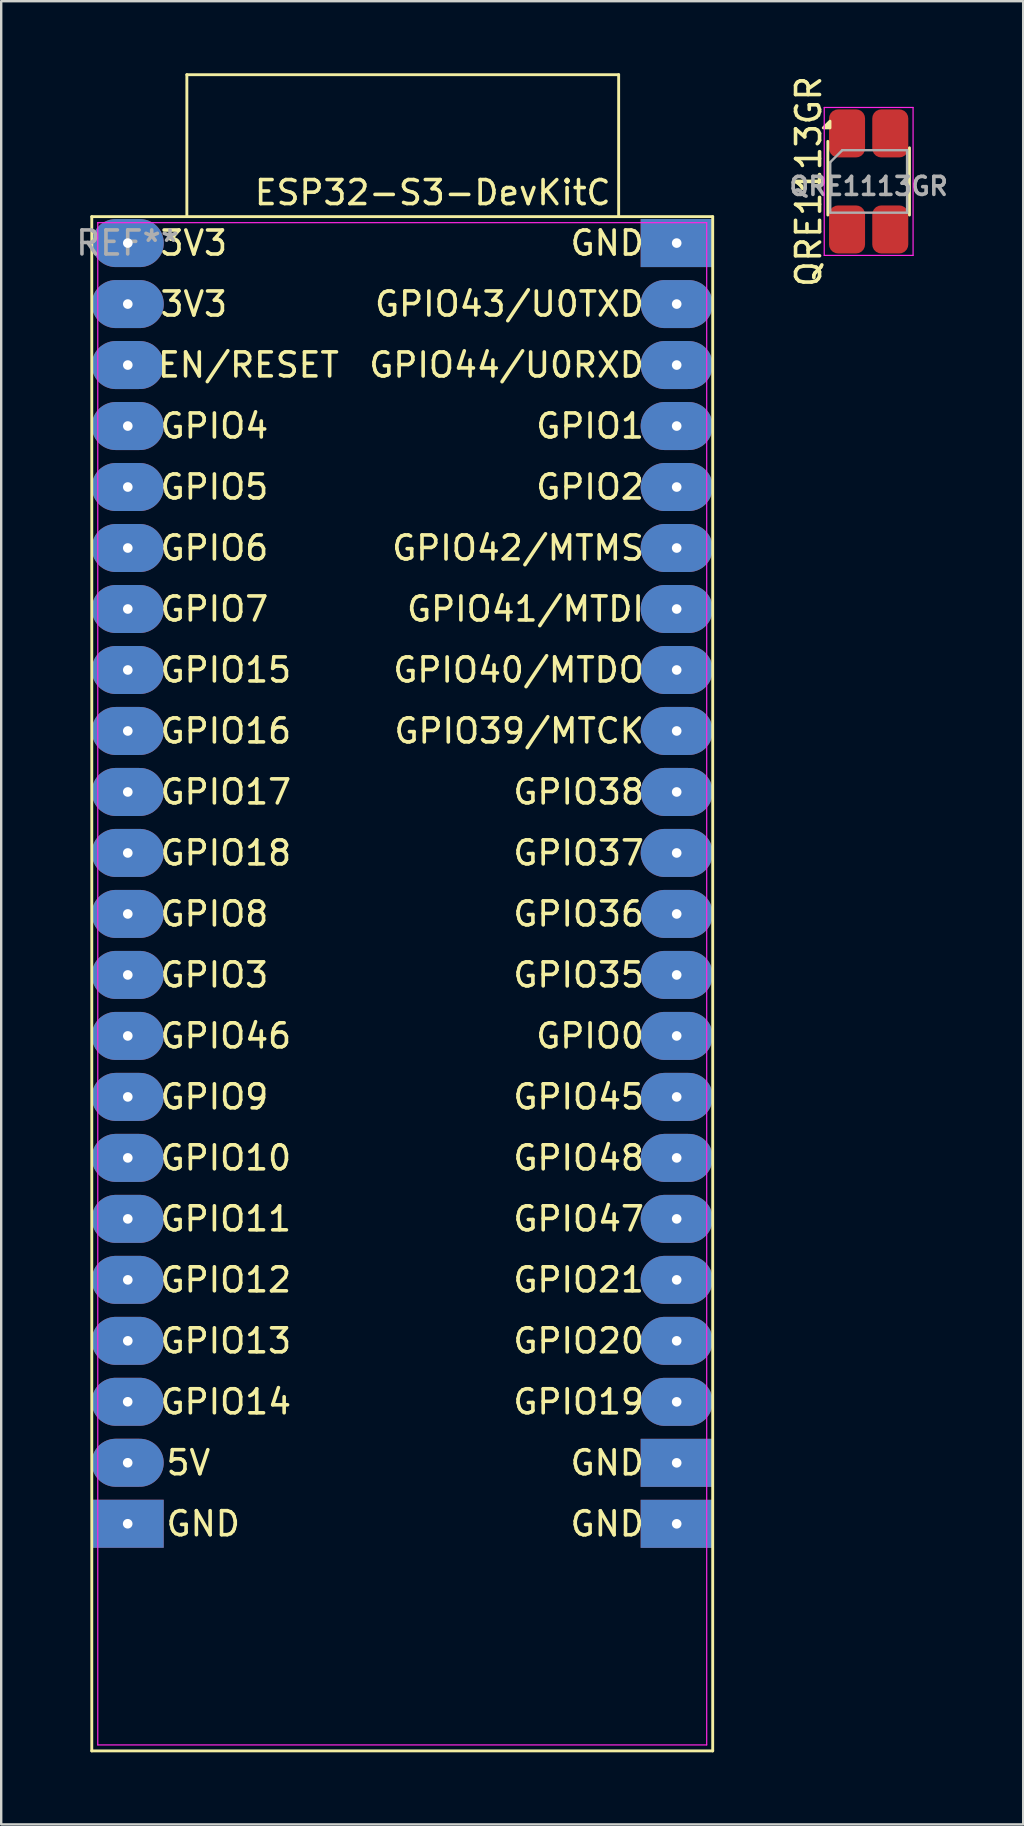
<source format=kicad_pcb>
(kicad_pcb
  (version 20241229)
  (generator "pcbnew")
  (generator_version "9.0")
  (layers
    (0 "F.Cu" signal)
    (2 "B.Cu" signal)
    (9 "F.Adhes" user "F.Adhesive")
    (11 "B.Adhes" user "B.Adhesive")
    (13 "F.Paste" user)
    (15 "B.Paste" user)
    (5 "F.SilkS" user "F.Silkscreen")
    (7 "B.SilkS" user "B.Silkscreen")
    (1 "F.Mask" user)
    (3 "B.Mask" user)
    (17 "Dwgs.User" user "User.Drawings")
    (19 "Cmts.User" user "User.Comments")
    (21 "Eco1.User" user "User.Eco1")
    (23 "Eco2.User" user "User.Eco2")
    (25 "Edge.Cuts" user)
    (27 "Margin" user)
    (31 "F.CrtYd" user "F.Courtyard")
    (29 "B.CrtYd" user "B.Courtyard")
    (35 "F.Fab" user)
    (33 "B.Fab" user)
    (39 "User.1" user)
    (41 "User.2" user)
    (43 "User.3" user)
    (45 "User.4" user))
  (footprint "ESP32-S3-DevKitC"
    (layer "F.Cu")
    (at 2.272 7.073)
    (property "Reference" "ESP32-S3-DevKitC" (at 12.7 -2.1 0) (layer "F.SilkS") (effects (font (size 1 1) (thickness 0.15))))
    (attr through_hole)
    (fp_line (start -1.5 62.797) (end 24.36 62.797) (stroke (width 0.12) (type solid)) (layer "F.SilkS"))
    (fp_line (start -1.5 -1.1) (end -1.5 62.797) (stroke (width 0.12) (type solid)) (layer "F.SilkS"))
    (fp_line (start 2.46 -7.013) (end 20.443 -7.013) (stroke (width 0.12) (type solid)) (layer "F.SilkS"))
    (fp_line (start 2.46 -1.12) (end 2.46 -7.013) (stroke (width 0.12) (type solid)) (layer "F.SilkS"))
    (fp_line (start 20.443 -7.013) (end 20.443 -1.12) (stroke (width 0.12) (type solid)) (layer "F.SilkS"))
    (fp_line (start 24.36 62.797) (end 24.36 -1.1) (stroke (width 0.12) (type solid)) (layer "F.SilkS"))
    (fp_line (start 24.36 -1.1) (end -1.5 -1.1) (stroke (width 0.12) (type solid)) (layer "F.SilkS"))
    (fp_line (start -1.25 -0.85) (end 24.11 -0.85) (stroke (width 0.05) (type solid)) (layer "F.CrtYd"))
    (fp_line (start -1.25 62.547) (end -1.25 -0.85) (stroke (width 0.05) (type solid)) (layer "F.CrtYd"))
    (fp_line (start 24.11 -0.85) (end 24.11 62.547) (stroke (width 0.05) (type solid)) (layer "F.CrtYd"))
    (fp_line (start 24.11 62.547) (end -1.25 62.547) (stroke (width 0.05) (type solid)) (layer "F.CrtYd"))
    (fp_text user "GPIO36" (at 21.59 27.94 0) (unlocked yes) (layer "F.SilkS") (effects (font (size 1 1) (thickness 0.15)) (justify right)))
    (fp_text user "GND" (at 21.59 53.34 0) (unlocked yes) (layer "F.SilkS") (effects (font (size 1 1) (thickness 0.15)) (justify right)))
    (fp_text user "GPIO1" (at 21.59 7.62 0) (unlocked yes) (layer "F.SilkS") (effects (font (size 1 1) (thickness 0.15)) (justify right)))
    (fp_text user "GPIO38" (at 21.59 22.86 0) (unlocked yes) (layer "F.SilkS") (effects (font (size 1 1) (thickness 0.15)) (justify right)))
    (fp_text user "GPIO47" (at 21.59 40.64 0) (unlocked yes) (layer "F.SilkS") (effects (font (size 1 1) (thickness 0.15)) (justify right)))
    (fp_text user "GND" (at 21.59 0 0) (unlocked yes) (layer "F.SilkS") (effects (font (size 1 1) (thickness 0.15)) (justify right)))
    (fp_text user "GPIO46" (at 1.27 33.02 0) (unlocked yes) (layer "F.SilkS") (effects (font (size 1 1) (thickness 0.15)) (justify left)))
    (fp_text user "GPIO43/U0TXD" (at 21.59 2.54 0) (unlocked yes) (layer "F.SilkS") (effects (font (size 1 1) (thickness 0.15)) (justify right)))
    (fp_text user "GPIO11" (at 1.27 40.64 0) (unlocked yes) (layer "F.SilkS") (effects (font (size 1 1) (thickness 0.15)) (justify left)))
    (fp_text user "GPIO44/U0RXD" (at 21.59 5.08 0) (unlocked yes) (layer "F.SilkS") (effects (font (size 1 1) (thickness 0.15)) (justify right)))
    (fp_text user "EN/RESET" (at 8.886 5.077 0) (unlocked yes) (layer "F.SilkS") (effects (font (size 1 1) (thickness 0.15)) (justify right)))
    (fp_text user "GPIO10" (at 1.27 38.1 0) (unlocked yes) (layer "F.SilkS") (effects (font (size 1 1) (thickness 0.15)) (justify left)))
    (fp_text user "GPIO14" (at 1.27 48.26 0) (unlocked yes) (layer "F.SilkS") (effects (font (size 1 1) (thickness 0.15)) (justify left)))
    (fp_text user "GPIO8" (at 1.27 27.94 0) (unlocked yes) (layer "F.SilkS") (effects (font (size 1 1) (thickness 0.15)) (justify left)))
    (fp_text user "GPIO19" (at 21.59 48.26 0) (unlocked yes) (layer "F.SilkS") (effects (font (size 1 1) (thickness 0.15)) (justify right)))
    (fp_text user "GPIO21" (at 21.59 43.18 0) (unlocked yes) (layer "F.SilkS") (effects (font (size 1 1) (thickness 0.15)) (justify right)))
    (fp_text user "GPIO0" (at 21.59 33.02 0) (unlocked yes) (layer "F.SilkS") (effects (font (size 1 1) (thickness 0.15)) (justify right)))
    (fp_text user "GND" (at 1.52 53.337 0) (unlocked yes) (layer "F.SilkS") (effects (font (size 1 1) (thickness 0.15)) (justify left)))
    (fp_text user "5V" (at 1.52 50.797 0) (unlocked yes) (layer "F.SilkS") (effects (font (size 1 1) (thickness 0.15)) (justify left)))
    (fp_text user "GPIO15" (at 1.27 17.78 0) (unlocked yes) (layer "F.SilkS") (effects (font (size 1 1) (thickness 0.15)) (justify left)))
    (fp_text user "GPIO42/MTMS" (at 21.59 12.7 0) (unlocked yes) (layer "F.SilkS") (effects (font (size 1 1) (thickness 0.15)) (justify right)))
    (fp_text user "GPIO16" (at 1.27 20.32 0) (unlocked yes) (layer "F.SilkS") (effects (font (size 1 1) (thickness 0.15)) (justify left)))
    (fp_text user "GPIO37" (at 21.59 25.4 0) (unlocked yes) (layer "F.SilkS") (effects (font (size 1 1) (thickness 0.15)) (justify right)))
    (fp_text user "GPIO20" (at 21.59 45.72 0) (unlocked yes) (layer "F.SilkS") (effects (font (size 1 1) (thickness 0.15)) (justify right)))
    (fp_text user "GPIO7" (at 1.27 15.24 0) (unlocked yes) (layer "F.SilkS") (effects (font (size 1 1) (thickness 0.15)) (justify left)))
    (fp_text user "3V3" (at 1.27 0 0) (unlocked yes) (layer "F.SilkS") (effects (font (size 1 1) (thickness 0.15)) (justify left)))
    (fp_text user "GPIO9" (at 1.27 35.56 0) (unlocked yes) (layer "F.SilkS") (effects (font (size 1 1) (thickness 0.15)) (justify left)))
    (fp_text user "GPIO35" (at 21.59 30.48 0) (unlocked yes) (layer "F.SilkS") (effects (font (size 1 1) (thickness 0.15)) (justify right)))
    (fp_text user "GPIO6" (at 1.27 12.7 0) (unlocked yes) (layer "F.SilkS") (effects (font (size 1 1) (thickness 0.15)) (justify left)))
    (fp_text user "GPIO18" (at 1.27 25.4 0) (unlocked yes) (layer "F.SilkS") (effects (font (size 1 1) (thickness 0.15)) (justify left)))
    (fp_text user "GPIO41/MTDI" (at 21.59 15.24 0) (unlocked yes) (layer "F.SilkS") (effects (font (size 1 1) (thickness 0.15)) (justify right)))
    (fp_text user "GND" (at 21.59 50.8 0) (unlocked yes) (layer "F.SilkS") (effects (font (size 1 1) (thickness 0.15)) (justify right)))
    (fp_text user "GPIO13" (at 1.27 45.72 0) (unlocked yes) (layer "F.SilkS") (effects (font (size 1 1) (thickness 0.15)) (justify left)))
    (fp_text user "GPIO3" (at 1.27 30.48 0) (unlocked yes) (layer "F.SilkS") (effects (font (size 1 1) (thickness 0.15)) (justify left)))
    (fp_text user "GPIO12" (at 1.27 43.18 0) (unlocked yes) (layer "F.SilkS") (effects (font (size 1 1) (thickness 0.15)) (justify left)))
    (fp_text user "GPIO48" (at 21.59 38.1 0) (unlocked yes) (layer "F.SilkS") (effects (font (size 1 1) (thickness 0.15)) (justify right)))
    (fp_text user "GPIO2" (at 21.59 10.16 0) (unlocked yes) (layer "F.SilkS") (effects (font (size 1 1) (thickness 0.15)) (justify right)))
    (fp_text user "GPIO17" (at 1.27 22.86 0) (unlocked yes) (layer "F.SilkS") (effects (font (size 1 1) (thickness 0.15)) (justify left)))
    (fp_text user "GPIO39/MTCK" (at 21.59 20.32 0) (unlocked yes) (layer "F.SilkS") (effects (font (size 1 1) (thickness 0.15)) (justify right)))
    (fp_text user "3V3" (at 1.27 2.54 0) (unlocked yes) (layer "F.SilkS") (effects (font (size 1 1) (thickness 0.15)) (justify left)))
    (fp_text user "GPIO40/MTDO" (at 21.59 17.78 0) (unlocked yes) (layer "F.SilkS") (effects (font (size 1 1) (thickness 0.15)) (justify right)))
    (fp_text user "GPIO4" (at 1.27 7.62 0) (unlocked yes) (layer "F.SilkS") (effects (font (size 1 1) (thickness 0.15)) (justify left)))
    (fp_text user "GPIO5" (at 1.27 10.16 0) (unlocked yes) (layer "F.SilkS") (effects (font (size 1 1) (thickness 0.15)) (justify left)))
    (fp_text user "GPIO45" (at 21.59 35.56 0) (unlocked yes) (layer "F.SilkS") (effects (font (size 1 1) (thickness 0.15)) (justify right)))
    (fp_text user "REF**" (at -0.004 -0.003 0) (layer "F.Fab") (effects (font (size 1 1) (thickness 0.15))))
    (pad "1" thru_hole oval (at 0 0 270) (size 2 3) (drill 0.4) (layers "*.Cu" "*.Mask"))
    (pad "2" thru_hole oval (at 0 2.54 270) (size 2 3) (drill 0.4) (layers "*.Cu" "*.Mask"))
    (pad "3" thru_hole oval (at 0 5.08 270) (size 2 3) (drill 0.4) (layers "*.Cu" "*.Mask"))
    (pad "4" thru_hole oval (at 0 7.62 270) (size 2 3) (drill 0.4) (layers "*.Cu" "*.Mask"))
    (pad "5" thru_hole oval (at 0 10.16 270) (size 2 3) (drill 0.4) (layers "*.Cu" "*.Mask"))
    (pad "6" thru_hole oval (at 0 12.7 270) (size 2 3) (drill 0.4) (layers "*.Cu" "*.Mask"))
    (pad "7" thru_hole oval (at 0 15.24 270) (size 2 3) (drill 0.4) (layers "*.Cu" "*.Mask"))
    (pad "8" thru_hole oval (at 0 17.78 270) (size 2 3) (drill 0.4) (layers "*.Cu" "*.Mask"))
    (pad "9" thru_hole oval (at 0 20.32 270) (size 2 3) (drill 0.4) (layers "*.Cu" "*.Mask"))
    (pad "10" thru_hole oval (at 0 22.86 270) (size 2 3) (drill 0.4) (layers "*.Cu" "*.Mask"))
    (pad "11" thru_hole oval (at 0 25.4 270) (size 2 3) (drill 0.4) (layers "*.Cu" "*.Mask"))
    (pad "12" thru_hole oval (at 0 27.94 270) (size 2 3) (drill 0.4) (layers "*.Cu" "*.Mask"))
    (pad "13" thru_hole oval (at 0 30.48 270) (size 2 3) (drill 0.4) (layers "*.Cu" "*.Mask"))
    (pad "14" thru_hole oval (at 0 33.02 270) (size 2 3) (drill 0.4) (layers "*.Cu" "*.Mask"))
    (pad "15" thru_hole oval (at 0 35.56 270) (size 2 3) (drill 0.4) (layers "*.Cu" "*.Mask"))
    (pad "16" thru_hole oval (at 0 38.1 270) (size 2 3) (drill 0.4) (layers "*.Cu" "*.Mask"))
    (pad "17" thru_hole oval (at 0 40.64 270) (size 2 3) (drill 0.4) (layers "*.Cu" "*.Mask"))
    (pad "18" thru_hole oval (at 0 43.18 270) (size 2 3) (drill 0.4) (layers "*.Cu" "*.Mask"))
    (pad "19" thru_hole oval (at 0 45.72 270) (size 2 3) (drill 0.4) (layers "*.Cu" "*.Mask"))
    (pad "20" thru_hole oval (at -0.004 48.257 270) (size 2 3) (drill 0.4) (layers "*.Cu" "*.Mask"))
    (pad "21" thru_hole oval (at -0.004 50.797 270) (size 2 3) (drill 0.4) (layers "*.Cu" "*.Mask"))
    (pad "22" thru_hole rect (at -0.004 53.337 270) (size 2 3) (drill 0.4) (layers "*.Cu" "*.Mask"))
    (pad "23" thru_hole rect (at 22.86 53.34 270) (size 2 3) (drill 0.4) (layers "*.Cu" "*.Mask"))
    (pad "24" thru_hole rect (at 22.86 50.8 270) (size 2 3) (drill 0.4) (layers "*.Cu" "*.Mask"))
    (pad "25" thru_hole oval (at 22.86 48.26 270) (size 2 3) (drill 0.4) (layers "*.Cu" "*.Mask"))
    (pad "26" thru_hole oval (at 22.86 45.72 270) (size 2 3) (drill 0.4) (layers "*.Cu" "*.Mask"))
    (pad "27" thru_hole oval (at 22.86 43.18 270) (size 2 3) (drill 0.4) (layers "*.Cu" "*.Mask"))
    (pad "28" thru_hole oval (at 22.86 40.64 270) (size 2 3) (drill 0.4) (layers "*.Cu" "*.Mask"))
    (pad "29" thru_hole oval (at 22.86 38.1 270) (size 2 3) (drill 0.4) (layers "*.Cu" "*.Mask"))
    (pad "30" thru_hole oval (at 22.86 35.56 270) (size 2 3) (drill 0.4) (layers "*.Cu" "*.Mask"))
    (pad "31" thru_hole oval (at 22.86 33.02 270) (size 2 3) (drill 0.4) (layers "*.Cu" "*.Mask"))
    (pad "32" thru_hole oval (at 22.86 30.48 270) (size 2 3) (drill 0.4) (layers "*.Cu" "*.Mask"))
    (pad "33" thru_hole oval (at 22.86 27.94 270) (size 2 3) (drill 0.4) (layers "*.Cu" "*.Mask"))
    (pad "34" thru_hole oval (at 22.86 25.4 270) (size 2 3) (drill 0.4) (layers "*.Cu" "*.Mask"))
    (pad "35" thru_hole oval (at 22.86 22.86 270) (size 2 3) (drill 0.4) (layers "*.Cu" "*.Mask"))
    (pad "36" thru_hole oval (at 22.86 20.32 270) (size 2 3) (drill 0.4) (layers "*.Cu" "*.Mask"))
    (pad "37" thru_hole oval (at 22.86 17.78 270) (size 2 3) (drill 0.4) (layers "*.Cu" "*.Mask"))
    (pad "38" thru_hole oval (at 22.86 15.24 270) (size 2 3) (drill 0.4) (layers "*.Cu" "*.Mask"))
    (pad "39" thru_hole oval (at 22.86 12.7 270) (size 2 3) (drill 0.4) (layers "*.Cu" "*.Mask"))
    (pad "40" thru_hole oval (at 22.86 10.16 270) (size 2 3) (drill 0.4) (layers "*.Cu" "*.Mask"))
    (pad "41" thru_hole oval (at 22.86 7.62 270) (size 2 3) (drill 0.4) (layers "*.Cu" "*.Mask"))
    (pad "42" thru_hole oval (at 22.86 5.08 270) (size 2 3) (drill 0.4) (layers "*.Cu" "*.Mask"))
    (pad "43" thru_hole oval (at 22.86 2.54 270) (size 2 3) (drill 0.4) (layers "*.Cu" "*.Mask"))
    (pad "44" thru_hole rect (at 22.86 0 270) (size 2 3) (drill 0.4) (layers "*.Cu" "*.Mask")))
  (footprint "QRE1113GR"
    (layer "F.Cu")
    (at 33.127 4.506)
    (property "Reference" "QRE1113GR" (at -2.5 0 90) (layer "F.SilkS") (effects (font (size 1 1) (thickness 0.15))))
    (attr smd)
    (fp_line (start -1.7 1.4) (end -1.7 -1.67) (stroke (width 0.12) (type solid)) (layer "F.SilkS"))
    (fp_line (start 1.7 1.4) (end 1.7 -1.4) (stroke (width 0.12) (type solid)) (layer "F.SilkS"))
    (fp_poly (pts (xy -1.61 -2.23) (xy -1.89 -2.23) (xy -1.61 -2.51) (xy -1.61 -2.23)) (stroke (width 0.12) (type solid)) (fill yes) (layer "F.SilkS"))
    (fp_line (start -1.85 -3.08) (end -1.85 3.08) (stroke (width 0.05) (type solid)) (layer "F.CrtYd"))
    (fp_line (start -1.85 -3.08) (end 1.85 -3.08) (stroke (width 0.05) (type solid)) (layer "F.CrtYd"))
    (fp_line (start 1.85 3.08) (end -1.85 3.08) (stroke (width 0.05) (type solid)) (layer "F.CrtYd"))
    (fp_line (start 1.85 3.08) (end 1.85 -3.08) (stroke (width 0.05) (type solid)) (layer "F.CrtYd"))
    (fp_line (start -1.6 -0.8) (end -1.1 -1.3) (stroke (width 0.1) (type solid)) (layer "F.Fab"))
    (fp_line (start -1.6 1.3) (end -1.6 -0.8) (stroke (width 0.1) (type solid)) (layer "F.Fab"))
    (fp_line (start -1.1 -1.3) (end 1.6 -1.3) (stroke (width 0.1) (type solid)) (layer "F.Fab"))
    (fp_line (start 1.6 -1.3) (end 1.6 1.3) (stroke (width 0.1) (type solid)) (layer "F.Fab"))
    (fp_line (start 1.6 1.3) (end -1.6 1.3) (stroke (width 0.1) (type solid)) (layer "F.Fab"))
    (fp_text user "${REFERENCE}" (at 0 0.2 0) (layer "F.Fab") (effects (font (size 0.75 0.75) (thickness 0.15))))
    (pad "1" smd roundrect (at -0.9 -2) (size 1.5 2) (layers "F.Cu" "F.Mask" "F.Paste") (roundrect_rratio 0.25))
    (pad "2" smd roundrect (at -0.9 2) (size 1.5 2) (layers "F.Cu" "F.Mask" "F.Paste") (roundrect_rratio 0.25))
    (pad "3" smd roundrect (at 0.9 2) (size 1.5 2) (layers "F.Cu" "F.Mask" "F.Paste") (roundrect_rratio 0.25))
    (pad "4" smd roundrect (at 0.9 -2) (size 1.5 2) (layers "F.Cu" "F.Mask" "F.Paste") (roundrect_rratio 0.25)))
  (gr_rect
    (start -3 -3)
    (end 39.563 72.93)
    (stroke (width 0.1) (type default))
    (fill no)
    (layer "Edge.Cuts")))
</source>
